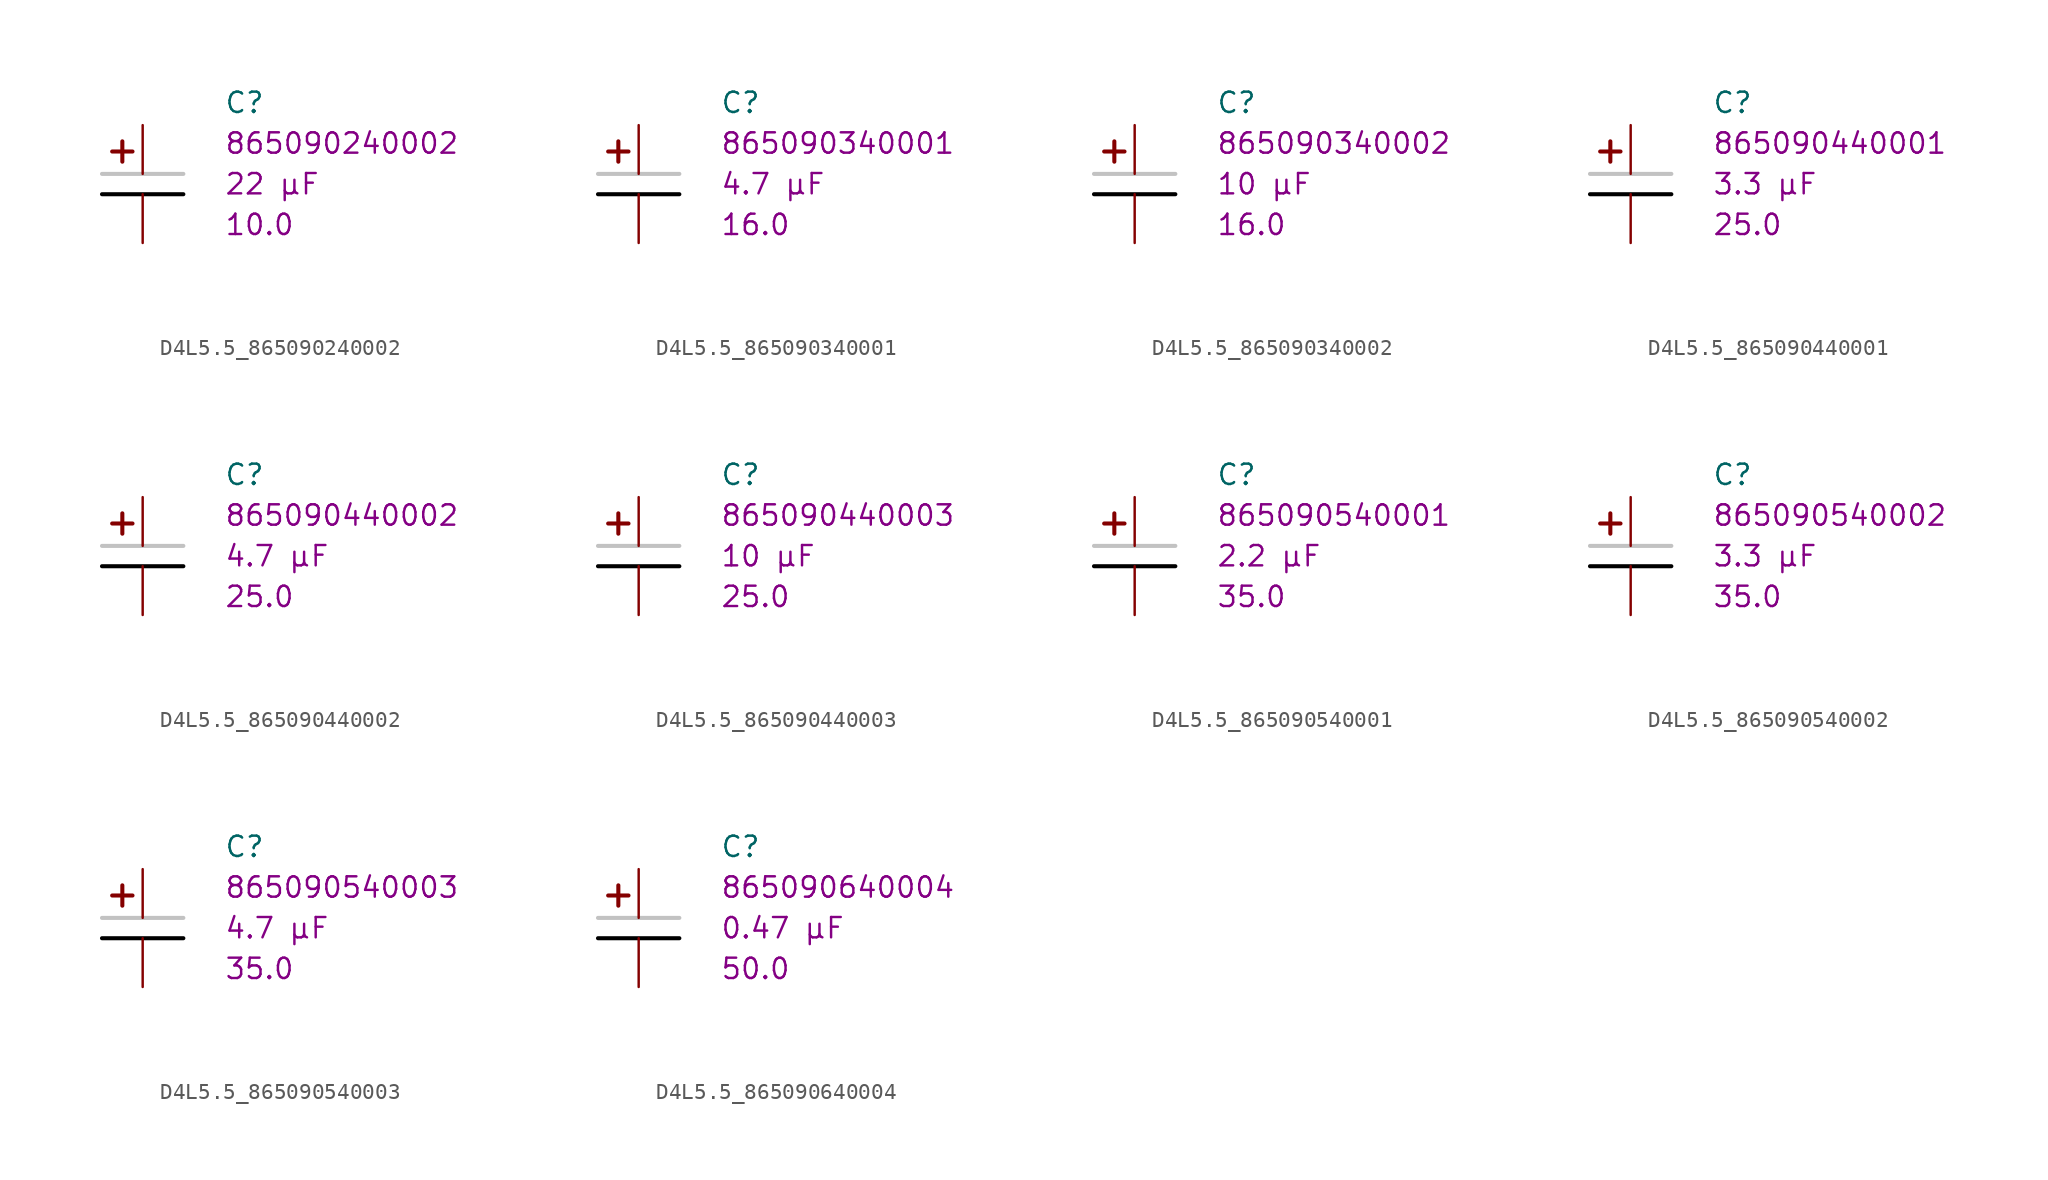
<source format=kicad_sym>
(kicad_symbol_lib
  (version 20220914)
  (generator kicad_symbol_editor)
  (symbol "D4L5.5_865090240002"
    (pin_numbers hide)
    (pin_names hide)
    (property "Reference" "C"
      (at 5.08 5.08 0)
      (effects (font (size 1.27 1.27)) (justify left)))
    (property "Part Number" "865090240002"
      (at 5.08 2.54 0)
      (effects (font (size 1.27 1.27)) (justify left)))
    (property "Capacitance" "22 µF"
      (at 5.08 0 0)
      (effects (font (size 1.27 1.27)) (justify left)))
    (property "Voltage" "10.0"
      (at 5.08 -2.54 0)
      (effects (font (size 1.27 1.27)) (justify left)))
    (property "Critical Parameter" ""
      (at 0 -7.62 0)
      (effects (font (size 1.27 1.27))))
    (symbol "D4L5.5_865090240002_1_1"
      (polyline (pts (xy -1.27 2.667) (xy -1.27 1.397)) (stroke (width 0.254) (type default)) (fill (type none)))
      (polyline (pts (xy -0.635 2.032) (xy -1.905 2.032)) (stroke (width 0.254) (type default)) (fill (type none)))
      (polyline (pts (xy 2.54 -0.635) (xy -2.54 -0.635)) (stroke (width 0.254) (type default) (color 0 0 0 1)) (fill (type none)))
      (polyline (pts (xy 2.54 0.635) (xy -2.54 0.635)) (stroke (width 0.254) (type default) (color 194 194 194 1)) (fill (type none)))
      (pin passive line (at 0 3.679 270) (length 3.044) (name "1" (effects (font (size 1.27 1.27)))) (number "1" (effects (font (size 1.27 1.27)))))
      (pin passive line (at 0 -3.679 90) (length 3.044) (name "2" (effects (font (size 1.27 1.27)))) (number "2" (effects (font (size 1.27 1.27)))))))
  (symbol "D4L5.5_865090340001"
    (pin_numbers hide)
    (pin_names hide)
    (property "Reference" "C"
      (at 5.08 5.08 0)
      (effects (font (size 1.27 1.27)) (justify left)))
    (property "Part Number" "865090340001"
      (at 5.08 2.54 0)
      (effects (font (size 1.27 1.27)) (justify left)))
    (property "Capacitance" "4.7 µF"
      (at 5.08 0 0)
      (effects (font (size 1.27 1.27)) (justify left)))
    (property "Voltage" "16.0"
      (at 5.08 -2.54 0)
      (effects (font (size 1.27 1.27)) (justify left)))
    (property "Critical Parameter" ""
      (at 0 -7.62 0)
      (effects (font (size 1.27 1.27))))
    (symbol "D4L5.5_865090340001_1_1"
      (polyline (pts (xy -1.27 2.667) (xy -1.27 1.397)) (stroke (width 0.254) (type default)) (fill (type none)))
      (polyline (pts (xy -0.635 2.032) (xy -1.905 2.032)) (stroke (width 0.254) (type default)) (fill (type none)))
      (polyline (pts (xy 2.54 -0.635) (xy -2.54 -0.635)) (stroke (width 0.254) (type default) (color 0 0 0 1)) (fill (type none)))
      (polyline (pts (xy 2.54 0.635) (xy -2.54 0.635)) (stroke (width 0.254) (type default) (color 194 194 194 1)) (fill (type none)))
      (pin passive line (at 0 3.679 270) (length 3.044) (name "1" (effects (font (size 1.27 1.27)))) (number "1" (effects (font (size 1.27 1.27)))))
      (pin passive line (at 0 -3.679 90) (length 3.044) (name "2" (effects (font (size 1.27 1.27)))) (number "2" (effects (font (size 1.27 1.27)))))))
  (symbol "D4L5.5_865090340002"
    (pin_numbers hide)
    (pin_names hide)
    (property "Reference" "C"
      (at 5.08 5.08 0)
      (effects (font (size 1.27 1.27)) (justify left)))
    (property "Part Number" "865090340002"
      (at 5.08 2.54 0)
      (effects (font (size 1.27 1.27)) (justify left)))
    (property "Capacitance" "10 µF"
      (at 5.08 0 0)
      (effects (font (size 1.27 1.27)) (justify left)))
    (property "Voltage" "16.0"
      (at 5.08 -2.54 0)
      (effects (font (size 1.27 1.27)) (justify left)))
    (property "Critical Parameter" ""
      (at 0 -7.62 0)
      (effects (font (size 1.27 1.27))))
    (symbol "D4L5.5_865090340002_1_1"
      (polyline (pts (xy -1.27 2.667) (xy -1.27 1.397)) (stroke (width 0.254) (type default)) (fill (type none)))
      (polyline (pts (xy -0.635 2.032) (xy -1.905 2.032)) (stroke (width 0.254) (type default)) (fill (type none)))
      (polyline (pts (xy 2.54 -0.635) (xy -2.54 -0.635)) (stroke (width 0.254) (type default) (color 0 0 0 1)) (fill (type none)))
      (polyline (pts (xy 2.54 0.635) (xy -2.54 0.635)) (stroke (width 0.254) (type default) (color 194 194 194 1)) (fill (type none)))
      (pin passive line (at 0 3.679 270) (length 3.044) (name "1" (effects (font (size 1.27 1.27)))) (number "1" (effects (font (size 1.27 1.27)))))
      (pin passive line (at 0 -3.679 90) (length 3.044) (name "2" (effects (font (size 1.27 1.27)))) (number "2" (effects (font (size 1.27 1.27)))))))
  (symbol "D4L5.5_865090440001"
    (pin_numbers hide)
    (pin_names hide)
    (property "Reference" "C"
      (at 5.08 5.08 0)
      (effects (font (size 1.27 1.27)) (justify left)))
    (property "Part Number" "865090440001"
      (at 5.08 2.54 0)
      (effects (font (size 1.27 1.27)) (justify left)))
    (property "Capacitance" "3.3 µF"
      (at 5.08 0 0)
      (effects (font (size 1.27 1.27)) (justify left)))
    (property "Voltage" "25.0"
      (at 5.08 -2.54 0)
      (effects (font (size 1.27 1.27)) (justify left)))
    (property "Critical Parameter" ""
      (at 0 -7.62 0)
      (effects (font (size 1.27 1.27))))
    (symbol "D4L5.5_865090440001_1_1"
      (polyline (pts (xy -1.27 2.667) (xy -1.27 1.397)) (stroke (width 0.254) (type default)) (fill (type none)))
      (polyline (pts (xy -0.635 2.032) (xy -1.905 2.032)) (stroke (width 0.254) (type default)) (fill (type none)))
      (polyline (pts (xy 2.54 -0.635) (xy -2.54 -0.635)) (stroke (width 0.254) (type default) (color 0 0 0 1)) (fill (type none)))
      (polyline (pts (xy 2.54 0.635) (xy -2.54 0.635)) (stroke (width 0.254) (type default) (color 194 194 194 1)) (fill (type none)))
      (pin passive line (at 0 3.679 270) (length 3.044) (name "1" (effects (font (size 1.27 1.27)))) (number "1" (effects (font (size 1.27 1.27)))))
      (pin passive line (at 0 -3.679 90) (length 3.044) (name "2" (effects (font (size 1.27 1.27)))) (number "2" (effects (font (size 1.27 1.27)))))))
  (symbol "D4L5.5_865090440002"
    (pin_numbers hide)
    (pin_names hide)
    (property "Reference" "C"
      (at 5.08 5.08 0)
      (effects (font (size 1.27 1.27)) (justify left)))
    (property "Part Number" "865090440002"
      (at 5.08 2.54 0)
      (effects (font (size 1.27 1.27)) (justify left)))
    (property "Capacitance" "4.7 µF"
      (at 5.08 0 0)
      (effects (font (size 1.27 1.27)) (justify left)))
    (property "Voltage" "25.0"
      (at 5.08 -2.54 0)
      (effects (font (size 1.27 1.27)) (justify left)))
    (property "Critical Parameter" ""
      (at 0 -7.62 0)
      (effects (font (size 1.27 1.27))))
    (symbol "D4L5.5_865090440002_1_1"
      (polyline (pts (xy -1.27 2.667) (xy -1.27 1.397)) (stroke (width 0.254) (type default)) (fill (type none)))
      (polyline (pts (xy -0.635 2.032) (xy -1.905 2.032)) (stroke (width 0.254) (type default)) (fill (type none)))
      (polyline (pts (xy 2.54 -0.635) (xy -2.54 -0.635)) (stroke (width 0.254) (type default) (color 0 0 0 1)) (fill (type none)))
      (polyline (pts (xy 2.54 0.635) (xy -2.54 0.635)) (stroke (width 0.254) (type default) (color 194 194 194 1)) (fill (type none)))
      (pin passive line (at 0 3.679 270) (length 3.044) (name "1" (effects (font (size 1.27 1.27)))) (number "1" (effects (font (size 1.27 1.27)))))
      (pin passive line (at 0 -3.679 90) (length 3.044) (name "2" (effects (font (size 1.27 1.27)))) (number "2" (effects (font (size 1.27 1.27)))))))
  (symbol "D4L5.5_865090440003"
    (pin_numbers hide)
    (pin_names hide)
    (property "Reference" "C"
      (at 5.08 5.08 0)
      (effects (font (size 1.27 1.27)) (justify left)))
    (property "Part Number" "865090440003"
      (at 5.08 2.54 0)
      (effects (font (size 1.27 1.27)) (justify left)))
    (property "Capacitance" "10 µF"
      (at 5.08 0 0)
      (effects (font (size 1.27 1.27)) (justify left)))
    (property "Voltage" "25.0"
      (at 5.08 -2.54 0)
      (effects (font (size 1.27 1.27)) (justify left)))
    (property "Critical Parameter" ""
      (at 0 -7.62 0)
      (effects (font (size 1.27 1.27))))
    (symbol "D4L5.5_865090440003_1_1"
      (polyline (pts (xy -1.27 2.667) (xy -1.27 1.397)) (stroke (width 0.254) (type default)) (fill (type none)))
      (polyline (pts (xy -0.635 2.032) (xy -1.905 2.032)) (stroke (width 0.254) (type default)) (fill (type none)))
      (polyline (pts (xy 2.54 -0.635) (xy -2.54 -0.635)) (stroke (width 0.254) (type default) (color 0 0 0 1)) (fill (type none)))
      (polyline (pts (xy 2.54 0.635) (xy -2.54 0.635)) (stroke (width 0.254) (type default) (color 194 194 194 1)) (fill (type none)))
      (pin passive line (at 0 3.679 270) (length 3.044) (name "1" (effects (font (size 1.27 1.27)))) (number "1" (effects (font (size 1.27 1.27)))))
      (pin passive line (at 0 -3.679 90) (length 3.044) (name "2" (effects (font (size 1.27 1.27)))) (number "2" (effects (font (size 1.27 1.27)))))))
  (symbol "D4L5.5_865090540001"
    (pin_numbers hide)
    (pin_names hide)
    (property "Reference" "C"
      (at 5.08 5.08 0)
      (effects (font (size 1.27 1.27)) (justify left)))
    (property "Part Number" "865090540001"
      (at 5.08 2.54 0)
      (effects (font (size 1.27 1.27)) (justify left)))
    (property "Capacitance" "2.2 µF"
      (at 5.08 0 0)
      (effects (font (size 1.27 1.27)) (justify left)))
    (property "Voltage" "35.0"
      (at 5.08 -2.54 0)
      (effects (font (size 1.27 1.27)) (justify left)))
    (property "Critical Parameter" ""
      (at 0 -7.62 0)
      (effects (font (size 1.27 1.27))))
    (symbol "D4L5.5_865090540001_1_1"
      (polyline (pts (xy -1.27 2.667) (xy -1.27 1.397)) (stroke (width 0.254) (type default)) (fill (type none)))
      (polyline (pts (xy -0.635 2.032) (xy -1.905 2.032)) (stroke (width 0.254) (type default)) (fill (type none)))
      (polyline (pts (xy 2.54 -0.635) (xy -2.54 -0.635)) (stroke (width 0.254) (type default) (color 0 0 0 1)) (fill (type none)))
      (polyline (pts (xy 2.54 0.635) (xy -2.54 0.635)) (stroke (width 0.254) (type default) (color 194 194 194 1)) (fill (type none)))
      (pin passive line (at 0 3.679 270) (length 3.044) (name "1" (effects (font (size 1.27 1.27)))) (number "1" (effects (font (size 1.27 1.27)))))
      (pin passive line (at 0 -3.679 90) (length 3.044) (name "2" (effects (font (size 1.27 1.27)))) (number "2" (effects (font (size 1.27 1.27)))))))
  (symbol "D4L5.5_865090540002"
    (pin_numbers hide)
    (pin_names hide)
    (property "Reference" "C"
      (at 5.08 5.08 0)
      (effects (font (size 1.27 1.27)) (justify left)))
    (property "Part Number" "865090540002"
      (at 5.08 2.54 0)
      (effects (font (size 1.27 1.27)) (justify left)))
    (property "Capacitance" "3.3 µF"
      (at 5.08 0 0)
      (effects (font (size 1.27 1.27)) (justify left)))
    (property "Voltage" "35.0"
      (at 5.08 -2.54 0)
      (effects (font (size 1.27 1.27)) (justify left)))
    (property "Critical Parameter" ""
      (at 0 -7.62 0)
      (effects (font (size 1.27 1.27))))
    (symbol "D4L5.5_865090540002_1_1"
      (polyline (pts (xy -1.27 2.667) (xy -1.27 1.397)) (stroke (width 0.254) (type default)) (fill (type none)))
      (polyline (pts (xy -0.635 2.032) (xy -1.905 2.032)) (stroke (width 0.254) (type default)) (fill (type none)))
      (polyline (pts (xy 2.54 -0.635) (xy -2.54 -0.635)) (stroke (width 0.254) (type default) (color 0 0 0 1)) (fill (type none)))
      (polyline (pts (xy 2.54 0.635) (xy -2.54 0.635)) (stroke (width 0.254) (type default) (color 194 194 194 1)) (fill (type none)))
      (pin passive line (at 0 3.679 270) (length 3.044) (name "1" (effects (font (size 1.27 1.27)))) (number "1" (effects (font (size 1.27 1.27)))))
      (pin passive line (at 0 -3.679 90) (length 3.044) (name "2" (effects (font (size 1.27 1.27)))) (number "2" (effects (font (size 1.27 1.27)))))))
  (symbol "D4L5.5_865090540003"
    (pin_numbers hide)
    (pin_names hide)
    (property "Reference" "C"
      (at 5.08 5.08 0)
      (effects (font (size 1.27 1.27)) (justify left)))
    (property "Part Number" "865090540003"
      (at 5.08 2.54 0)
      (effects (font (size 1.27 1.27)) (justify left)))
    (property "Capacitance" "4.7 µF"
      (at 5.08 0 0)
      (effects (font (size 1.27 1.27)) (justify left)))
    (property "Voltage" "35.0"
      (at 5.08 -2.54 0)
      (effects (font (size 1.27 1.27)) (justify left)))
    (property "Critical Parameter" ""
      (at 0 -7.62 0)
      (effects (font (size 1.27 1.27))))
    (symbol "D4L5.5_865090540003_1_1"
      (polyline (pts (xy -1.27 2.667) (xy -1.27 1.397)) (stroke (width 0.254) (type default)) (fill (type none)))
      (polyline (pts (xy -0.635 2.032) (xy -1.905 2.032)) (stroke (width 0.254) (type default)) (fill (type none)))
      (polyline (pts (xy 2.54 -0.635) (xy -2.54 -0.635)) (stroke (width 0.254) (type default) (color 0 0 0 1)) (fill (type none)))
      (polyline (pts (xy 2.54 0.635) (xy -2.54 0.635)) (stroke (width 0.254) (type default) (color 194 194 194 1)) (fill (type none)))
      (pin passive line (at 0 3.679 270) (length 3.044) (name "1" (effects (font (size 1.27 1.27)))) (number "1" (effects (font (size 1.27 1.27)))))
      (pin passive line (at 0 -3.679 90) (length 3.044) (name "2" (effects (font (size 1.27 1.27)))) (number "2" (effects (font (size 1.27 1.27)))))))
  (symbol "D4L5.5_865090640004"
    (pin_numbers hide)
    (pin_names hide)
    (property "Reference" "C"
      (at 5.08 5.08 0)
      (effects (font (size 1.27 1.27)) (justify left)))
    (property "Part Number" "865090640004"
      (at 5.08 2.54 0)
      (effects (font (size 1.27 1.27)) (justify left)))
    (property "Capacitance" "0.47 µF"
      (at 5.08 0 0)
      (effects (font (size 1.27 1.27)) (justify left)))
    (property "Voltage" "50.0"
      (at 5.08 -2.54 0)
      (effects (font (size 1.27 1.27)) (justify left)))
    (property "Critical Parameter" ""
      (at 0 -7.62 0)
      (effects (font (size 1.27 1.27))))
    (symbol "D4L5.5_865090640004_1_1"
      (polyline (pts (xy -1.27 2.667) (xy -1.27 1.397)) (stroke (width 0.254) (type default)) (fill (type none)))
      (polyline (pts (xy -0.635 2.032) (xy -1.905 2.032)) (stroke (width 0.254) (type default)) (fill (type none)))
      (polyline (pts (xy 2.54 -0.635) (xy -2.54 -0.635)) (stroke (width 0.254) (type default) (color 0 0 0 1)) (fill (type none)))
      (polyline (pts (xy 2.54 0.635) (xy -2.54 0.635)) (stroke (width 0.254) (type default) (color 194 194 194 1)) (fill (type none)))
      (pin passive line (at 0 3.679 270) (length 3.044) (name "1" (effects (font (size 1.27 1.27)))) (number "1" (effects (font (size 1.27 1.27)))))
      (pin passive line (at 0 -3.679 90) (length 3.044) (name "2" (effects (font (size 1.27 1.27)))) (number "2" (effects (font (size 1.27 1.27))))))))
</source>
